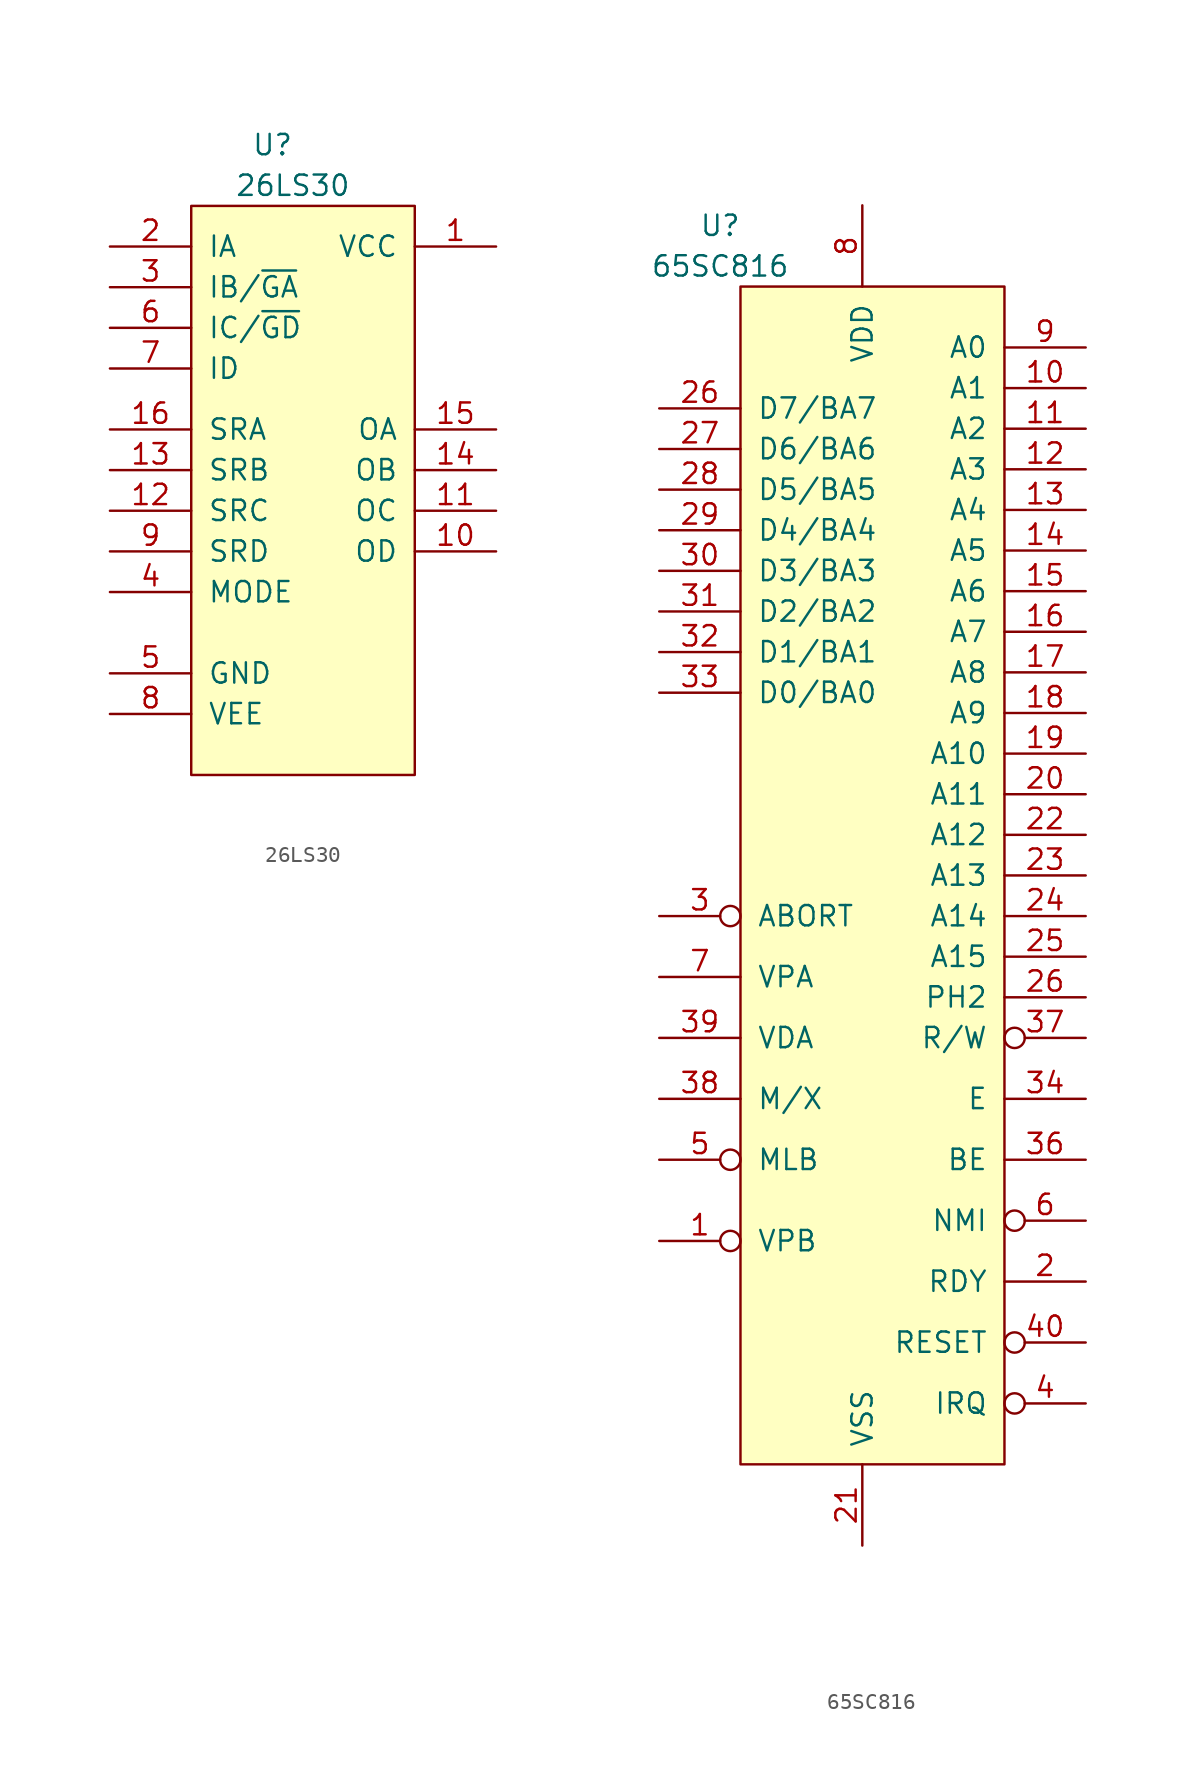
<source format=kicad_sym>
(kicad_symbol_lib
  (version 20211014)
  (generator kicad_symbol_editor)
  (symbol "26LS30"
    (pin_names
      (offset 1.016))
    (property "Reference" "U"
      (at -1.27 21.59 0)
      (effects (font (size 1.27 1.27))))
    (property "Value" "26LS30"
      (at 0 19.05 0)
      (effects (font (size 1.27 1.27))))
    (symbol "26LS30_0_1"
      (rectangle (start -6.35 17.78) (end 7.62 -17.78) (stroke (width 0) (type default) (color 0 0 0 0)) (fill (type background))))
    (symbol "26LS30_1_1"
      (pin power_in line (at 12.7 15.24 180) (length 5.08) (name "VCC" (effects (font (size 1.27 1.27)))) (number "1" (effects (font (size 1.27 1.27)))))
      (pin output line (at 12.7 -3.81 180) (length 5.08) (name "OD" (effects (font (size 1.27 1.27)))) (number "10" (effects (font (size 1.27 1.27)))))
      (pin output line (at 12.7 -1.27 180) (length 5.08) (name "OC" (effects (font (size 1.27 1.27)))) (number "11" (effects (font (size 1.27 1.27)))))
      (pin passive line (at -11.43 -1.27 0) (length 5.08) (name "SRC" (effects (font (size 1.27 1.27)))) (number "12" (effects (font (size 1.27 1.27)))))
      (pin passive line (at -11.43 1.27 0) (length 5.08) (name "SRB" (effects (font (size 1.27 1.27)))) (number "13" (effects (font (size 1.27 1.27)))))
      (pin output line (at 12.7 1.27 180) (length 5.08) (name "OB" (effects (font (size 1.27 1.27)))) (number "14" (effects (font (size 1.27 1.27)))))
      (pin output line (at 12.7 3.81 180) (length 5.08) (name "OA" (effects (font (size 1.27 1.27)))) (number "15" (effects (font (size 1.27 1.27)))))
      (pin passive line (at -11.43 3.81 0) (length 5.08) (name "SRA" (effects (font (size 1.27 1.27)))) (number "16" (effects (font (size 1.27 1.27)))))
      (pin input line (at -11.43 15.24 0) (length 5.08) (name "IA" (effects (font (size 1.27 1.27)))) (number "2" (effects (font (size 1.27 1.27)))))
      (pin input line (at -11.43 12.7 0) (length 5.08) (name "IB/~{GA}" (effects (font (size 1.27 1.27)))) (number "3" (effects (font (size 1.27 1.27)))))
      (pin input line (at -11.43 -6.35 0) (length 5.08) (name "MODE" (effects (font (size 1.27 1.27)))) (number "4" (effects (font (size 1.27 1.27)))))
      (pin power_out line (at -11.43 -11.43 0) (length 5.08) (name "GND" (effects (font (size 1.27 1.27)))) (number "5" (effects (font (size 1.27 1.27)))))
      (pin input line (at -11.43 10.16 0) (length 5.08) (name "IC/~{GD}" (effects (font (size 1.27 1.27)))) (number "6" (effects (font (size 1.27 1.27)))))
      (pin input line (at -11.43 7.62 0) (length 5.08) (name "ID" (effects (font (size 1.27 1.27)))) (number "7" (effects (font (size 1.27 1.27)))))
      (pin power_out line (at -11.43 -13.97 0) (length 5.08) (name "VEE" (effects (font (size 1.27 1.27)))) (number "8" (effects (font (size 1.27 1.27)))))
      (pin passive line (at -11.43 -3.81 0) (length 5.08) (name "SRD" (effects (font (size 1.27 1.27)))) (number "9" (effects (font (size 1.27 1.27)))))))
  (symbol "65SC816"
    (pin_names
      (offset 1.016))
    (property "Reference" "U"
      (at -8.89 38.1 0)
      (effects (font (size 1.27 1.27))))
    (property "Value" "65SC816"
      (at -8.89 35.56 0)
      (effects (font (size 1.27 1.27))))
    (symbol "65SC816_0_1"
      (rectangle (start 8.89 -39.37) (end -7.62 34.29) (stroke (width 0) (type default) (color 0 0 0 0)) (fill (type background))))
    (symbol "65SC816_1_1"
      (pin output inverted (at -12.7 -25.4 0) (length 5.08) (name "VPB" (effects (font (size 1.27 1.27)))) (number "1" (effects (font (size 1.27 1.27)))))
      (pin tri_state line (at 13.97 27.94 180) (length 5.08) (name "A1" (effects (font (size 1.27 1.27)))) (number "10" (effects (font (size 1.27 1.27)))))
      (pin tri_state line (at 13.97 25.4 180) (length 5.08) (name "A2" (effects (font (size 1.27 1.27)))) (number "11" (effects (font (size 1.27 1.27)))))
      (pin tri_state line (at 13.97 22.86 180) (length 5.08) (name "A3" (effects (font (size 1.27 1.27)))) (number "12" (effects (font (size 1.27 1.27)))))
      (pin tri_state line (at 13.97 20.32 180) (length 5.08) (name "A4" (effects (font (size 1.27 1.27)))) (number "13" (effects (font (size 1.27 1.27)))))
      (pin tri_state line (at 13.97 17.78 180) (length 5.08) (name "A5" (effects (font (size 1.27 1.27)))) (number "14" (effects (font (size 1.27 1.27)))))
      (pin tri_state line (at 13.97 15.24 180) (length 5.08) (name "A6" (effects (font (size 1.27 1.27)))) (number "15" (effects (font (size 1.27 1.27)))))
      (pin tri_state line (at 13.97 12.7 180) (length 5.08) (name "A7" (effects (font (size 1.27 1.27)))) (number "16" (effects (font (size 1.27 1.27)))))
      (pin tri_state line (at 13.97 10.16 180) (length 5.08) (name "A8" (effects (font (size 1.27 1.27)))) (number "17" (effects (font (size 1.27 1.27)))))
      (pin tri_state line (at 13.97 7.62 180) (length 5.08) (name "A9" (effects (font (size 1.27 1.27)))) (number "18" (effects (font (size 1.27 1.27)))))
      (pin tri_state line (at 13.97 5.08 180) (length 5.08) (name "A10" (effects (font (size 1.27 1.27)))) (number "19" (effects (font (size 1.27 1.27)))))
      (pin bidirectional line (at 13.97 -27.94 180) (length 5.08) (name "RDY" (effects (font (size 1.27 1.27)))) (number "2" (effects (font (size 1.27 1.27)))))
      (pin tri_state line (at 13.97 2.54 180) (length 5.08) (name "A11" (effects (font (size 1.27 1.27)))) (number "20" (effects (font (size 1.27 1.27)))))
      (pin power_in line (at 0 -44.45 90) (length 5.08) (name "VSS" (effects (font (size 1.27 1.27)))) (number "21" (effects (font (size 1.27 1.27)))))
      (pin tri_state line (at 13.97 0 180) (length 5.08) (name "A12" (effects (font (size 1.27 1.27)))) (number "22" (effects (font (size 1.27 1.27)))))
      (pin tri_state line (at 13.97 -2.54 180) (length 5.08) (name "A13" (effects (font (size 1.27 1.27)))) (number "23" (effects (font (size 1.27 1.27)))))
      (pin tri_state line (at 13.97 -5.08 180) (length 5.08) (name "A14" (effects (font (size 1.27 1.27)))) (number "24" (effects (font (size 1.27 1.27)))))
      (pin tri_state line (at 13.97 -7.62 180) (length 5.08) (name "A15" (effects (font (size 1.27 1.27)))) (number "25" (effects (font (size 1.27 1.27)))))
      (pin tri_state line (at -12.7 26.67 0) (length 5.08) (name "D7/BA7" (effects (font (size 1.27 1.27)))) (number "26" (effects (font (size 1.27 1.27)))))
      (pin input line (at 13.97 -10.16 180) (length 5.08) (name "PH2" (effects (font (size 1.27 1.27)))) (number "26" (effects (font (size 1.27 1.27)))))
      (pin tri_state line (at -12.7 24.13 0) (length 5.08) (name "D6/BA6" (effects (font (size 1.27 1.27)))) (number "27" (effects (font (size 1.27 1.27)))))
      (pin tri_state line (at -12.7 21.59 0) (length 5.08) (name "D5/BA5" (effects (font (size 1.27 1.27)))) (number "28" (effects (font (size 1.27 1.27)))))
      (pin tri_state line (at -12.7 19.05 0) (length 5.08) (name "D4/BA4" (effects (font (size 1.27 1.27)))) (number "29" (effects (font (size 1.27 1.27)))))
      (pin input inverted (at -12.7 -5.08 0) (length 5.08) (name "ABORT" (effects (font (size 1.27 1.27)))) (number "3" (effects (font (size 1.27 1.27)))))
      (pin tri_state line (at -12.7 16.51 0) (length 5.08) (name "D3/BA3" (effects (font (size 1.27 1.27)))) (number "30" (effects (font (size 1.27 1.27)))))
      (pin tri_state line (at -12.7 13.97 0) (length 5.08) (name "D2/BA2" (effects (font (size 1.27 1.27)))) (number "31" (effects (font (size 1.27 1.27)))))
      (pin tri_state line (at -12.7 11.43 0) (length 5.08) (name "D1/BA1" (effects (font (size 1.27 1.27)))) (number "32" (effects (font (size 1.27 1.27)))))
      (pin tri_state line (at -12.7 8.89 0) (length 5.08) (name "D0/BA0" (effects (font (size 1.27 1.27)))) (number "33" (effects (font (size 1.27 1.27)))))
      (pin input line (at 13.97 -16.51 180) (length 5.08) (name "E" (effects (font (size 1.27 1.27)))) (number "34" (effects (font (size 1.27 1.27)))))
      (pin input line (at 13.97 -20.32 180) (length 5.08) (name "BE" (effects (font (size 1.27 1.27)))) (number "36" (effects (font (size 1.27 1.27)))))
      (pin output inverted (at 13.97 -12.7 180) (length 5.08) (name "R/W" (effects (font (size 1.27 1.27)))) (number "37" (effects (font (size 1.27 1.27)))))
      (pin output line (at -12.7 -16.51 0) (length 5.08) (name "M/X" (effects (font (size 1.27 1.27)))) (number "38" (effects (font (size 1.27 1.27)))))
      (pin output line (at -12.7 -12.7 0) (length 5.08) (name "VDA" (effects (font (size 1.27 1.27)))) (number "39" (effects (font (size 1.27 1.27)))))
      (pin input inverted (at 13.97 -35.56 180) (length 5.08) (name "IRQ" (effects (font (size 1.27 1.27)))) (number "4" (effects (font (size 1.27 1.27)))))
      (pin input inverted (at 13.97 -31.75 180) (length 5.08) (name "RESET" (effects (font (size 1.27 1.27)))) (number "40" (effects (font (size 1.27 1.27)))))
      (pin output inverted (at -12.7 -20.32 0) (length 5.08) (name "MLB" (effects (font (size 1.27 1.27)))) (number "5" (effects (font (size 1.27 1.27)))))
      (pin input inverted (at 13.97 -24.13 180) (length 5.08) (name "NMI" (effects (font (size 1.27 1.27)))) (number "6" (effects (font (size 1.27 1.27)))))
      (pin output line (at -12.7 -8.89 0) (length 5.08) (name "VPA" (effects (font (size 1.27 1.27)))) (number "7" (effects (font (size 1.27 1.27)))))
      (pin power_in line (at 0 39.37 270) (length 5.08) (name "VDD" (effects (font (size 1.27 1.27)))) (number "8" (effects (font (size 1.27 1.27)))))
      (pin tri_state line (at 13.97 30.48 180) (length 5.08) (name "A0" (effects (font (size 1.27 1.27)))) (number "9" (effects (font (size 1.27 1.27))))))))
</source>
